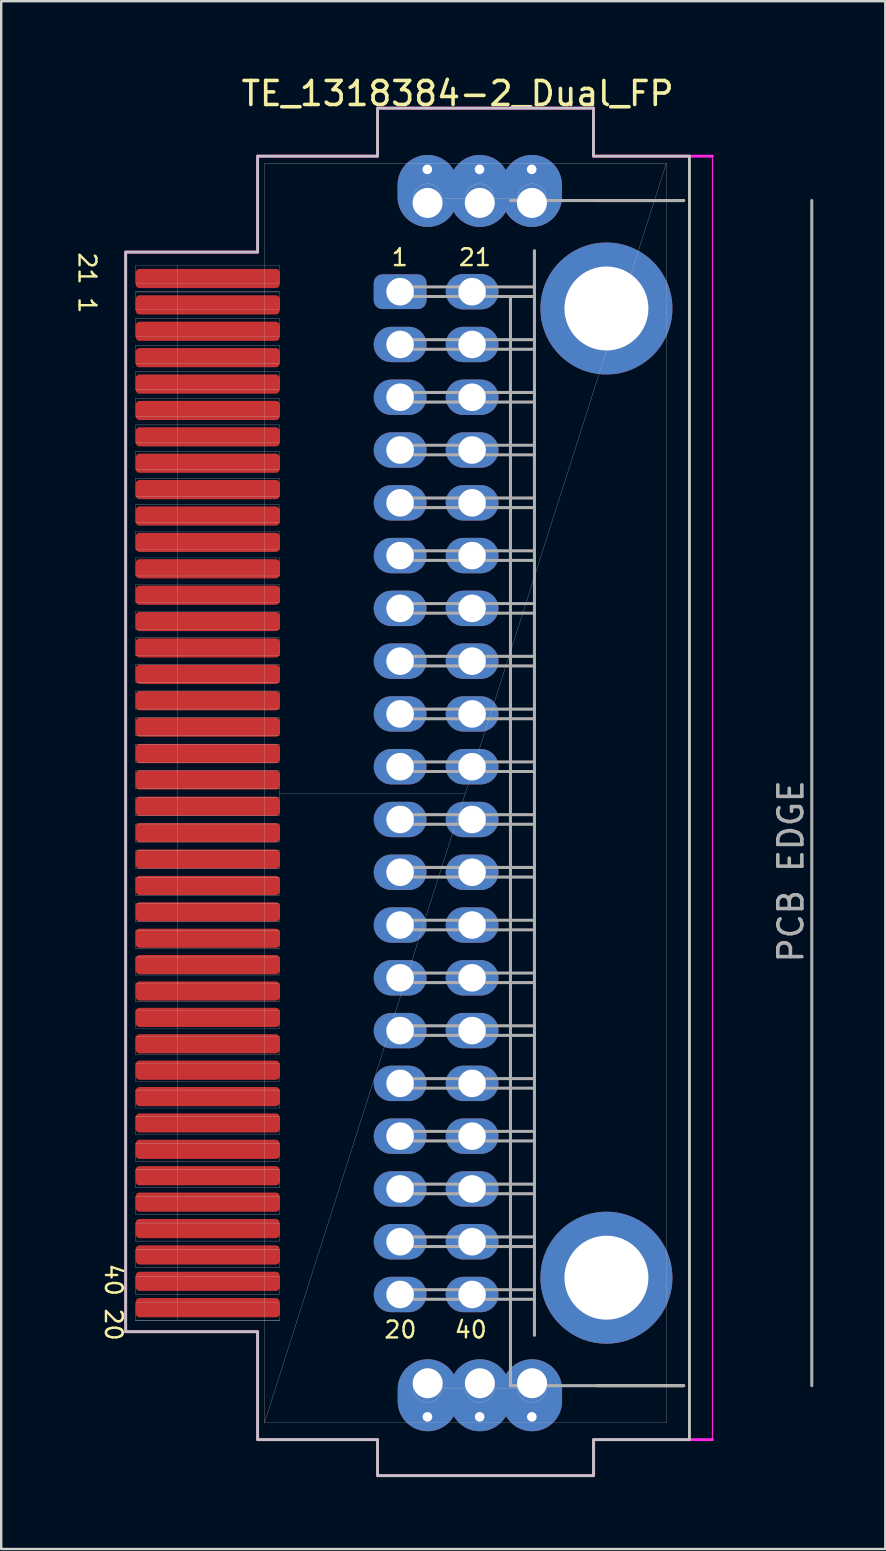
<source format=kicad_pcb>
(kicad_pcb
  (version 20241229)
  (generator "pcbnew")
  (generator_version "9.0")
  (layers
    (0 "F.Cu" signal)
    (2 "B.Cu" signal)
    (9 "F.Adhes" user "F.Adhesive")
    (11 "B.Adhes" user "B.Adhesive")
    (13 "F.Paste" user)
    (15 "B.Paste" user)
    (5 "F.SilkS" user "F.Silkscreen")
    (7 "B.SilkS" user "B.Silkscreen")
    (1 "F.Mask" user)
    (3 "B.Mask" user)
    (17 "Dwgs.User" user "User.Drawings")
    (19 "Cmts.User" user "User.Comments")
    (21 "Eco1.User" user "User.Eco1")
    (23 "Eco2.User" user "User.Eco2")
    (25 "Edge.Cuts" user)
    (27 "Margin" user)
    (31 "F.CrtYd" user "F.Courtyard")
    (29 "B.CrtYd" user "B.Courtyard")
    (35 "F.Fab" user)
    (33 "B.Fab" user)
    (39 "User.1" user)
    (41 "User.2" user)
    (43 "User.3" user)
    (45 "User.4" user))
  (footprint "TE_1318384-2_Dual_FP"
    (layer "F.Cu")
    (at 16.348 30.009)
    (property "Reference" "TE_1318384-2_Dual_FP" (at -0.323 -29.16 0) (layer "F.SilkS") (effects (font (size 1 1) (thickness 0.15))))
    (attr through_hole)
    (fp_line (start 5.48 -24.7) (end 9.1 -24.7) (stroke (width 0.127) (type solid)) (layer "F.SilkS"))
    (fp_line (start 9.1 24.7) (end 5.48 24.7) (stroke (width 0.127) (type solid)) (layer "F.SilkS"))
    (fp_line (start -13.75 -21.25) (end -13.75 -22) (stroke (width 0.01) (type solid)) (layer "Dwgs.User"))
    (fp_line (start -13.75 -20.141) (end -13.75 -20.891) (stroke (width 0.01) (type solid)) (layer "Dwgs.User"))
    (fp_line (start -13.75 -19.032) (end -13.75 -19.782) (stroke (width 0.01) (type solid)) (layer "Dwgs.User"))
    (fp_line (start -13.75 -17.923) (end -13.75 -18.673) (stroke (width 0.01) (type solid)) (layer "Dwgs.User"))
    (fp_line (start -13.75 -16.814) (end -13.75 -17.564) (stroke (width 0.01) (type solid)) (layer "Dwgs.User"))
    (fp_line (start -13.75 -15.705) (end -13.75 -16.455) (stroke (width 0.01) (type solid)) (layer "Dwgs.User"))
    (fp_line (start -13.75 -14.596) (end -13.75 -15.346) (stroke (width 0.01) (type solid)) (layer "Dwgs.User"))
    (fp_line (start -13.75 -13.487) (end -13.75 -14.237) (stroke (width 0.01) (type solid)) (layer "Dwgs.User"))
    (fp_line (start -13.75 -12.378) (end -13.75 -13.128) (stroke (width 0.01) (type solid)) (layer "Dwgs.User"))
    (fp_line (start -13.75 -11.269) (end -13.75 -12.019) (stroke (width 0.01) (type solid)) (layer "Dwgs.User"))
    (fp_line (start -13.75 -10.16) (end -13.75 -10.91) (stroke (width 0.01) (type solid)) (layer "Dwgs.User"))
    (fp_line (start -13.75 -9.051) (end -13.75 -9.801) (stroke (width 0.01) (type solid)) (layer "Dwgs.User"))
    (fp_line (start -13.75 -7.942) (end -13.75 -8.692) (stroke (width 0.01) (type solid)) (layer "Dwgs.User"))
    (fp_line (start -13.75 -6.833) (end -13.75 -7.583) (stroke (width 0.01) (type solid)) (layer "Dwgs.User"))
    (fp_line (start -13.75 -5.724) (end -13.75 -6.474) (stroke (width 0.01) (type solid)) (layer "Dwgs.User"))
    (fp_line (start -13.75 -4.615) (end -13.75 -5.365) (stroke (width 0.01) (type solid)) (layer "Dwgs.User"))
    (fp_line (start -13.75 -3.506) (end -13.75 -4.256) (stroke (width 0.01) (type solid)) (layer "Dwgs.User"))
    (fp_line (start -13.75 -2.397) (end -13.75 -3.147) (stroke (width 0.01) (type solid)) (layer "Dwgs.User"))
    (fp_line (start -13.75 -1.288) (end -13.75 -2.038) (stroke (width 0.01) (type solid)) (layer "Dwgs.User"))
    (fp_line (start -13.75 -0.179) (end -13.75 -0.929) (stroke (width 0.01) (type solid)) (layer "Dwgs.User"))
    (fp_line (start -13.75 0.929) (end -13.75 0.179) (stroke (width 0.01) (type solid)) (layer "Dwgs.User"))
    (fp_line (start -13.75 2.038) (end -13.75 1.288) (stroke (width 0.01) (type solid)) (layer "Dwgs.User"))
    (fp_line (start -13.75 3.147) (end -13.75 2.397) (stroke (width 0.01) (type solid)) (layer "Dwgs.User"))
    (fp_line (start -13.75 4.256) (end -13.75 3.506) (stroke (width 0.01) (type solid)) (layer "Dwgs.User"))
    (fp_line (start -13.75 5.365) (end -13.75 4.615) (stroke (width 0.01) (type solid)) (layer "Dwgs.User"))
    (fp_line (start -13.75 6.474) (end -13.75 5.724) (stroke (width 0.01) (type solid)) (layer "Dwgs.User"))
    (fp_line (start -13.75 7.583) (end -13.75 6.833) (stroke (width 0.01) (type solid)) (layer "Dwgs.User"))
    (fp_line (start -13.75 8.692) (end -13.75 7.942) (stroke (width 0.01) (type solid)) (layer "Dwgs.User"))
    (fp_line (start -13.75 9.801) (end -13.75 9.051) (stroke (width 0.01) (type solid)) (layer "Dwgs.User"))
    (fp_line (start -13.75 10.91) (end -13.75 10.16) (stroke (width 0.01) (type solid)) (layer "Dwgs.User"))
    (fp_line (start -13.75 12.019) (end -13.75 11.269) (stroke (width 0.01) (type solid)) (layer "Dwgs.User"))
    (fp_line (start -13.75 13.128) (end -13.75 12.378) (stroke (width 0.01) (type solid)) (layer "Dwgs.User"))
    (fp_line (start -13.75 14.237) (end -13.75 13.487) (stroke (width 0.01) (type solid)) (layer "Dwgs.User"))
    (fp_line (start -13.75 15.346) (end -13.75 14.596) (stroke (width 0.01) (type solid)) (layer "Dwgs.User"))
    (fp_line (start -13.75 16.455) (end -13.75 15.705) (stroke (width 0.01) (type solid)) (layer "Dwgs.User"))
    (fp_line (start -13.75 17.564) (end -13.75 16.814) (stroke (width 0.01) (type solid)) (layer "Dwgs.User"))
    (fp_line (start -13.75 18.673) (end -13.75 17.923) (stroke (width 0.01) (type solid)) (layer "Dwgs.User"))
    (fp_line (start -13.75 19.782) (end -13.75 19.032) (stroke (width 0.01) (type solid)) (layer "Dwgs.User"))
    (fp_line (start -13.75 20.891) (end -13.75 20.141) (stroke (width 0.01) (type solid)) (layer "Dwgs.User"))
    (fp_line (start -13.75 22) (end -13.75 21.25) (stroke (width 0.01) (type solid)) (layer "Dwgs.User"))
    (fp_line (start -12 -22) (end -12 22) (stroke (width 0.01) (type solid)) (layer "Dwgs.User"))
    (fp_line (start -8.375 -26.25) (end -8.375 26.25) (stroke (width 0.01) (type solid)) (layer "Dwgs.User"))
    (fp_line (start -8.375 -26.25) (end 8.375 26.25) (stroke (width 0.001) (type solid)) (layer "Dwgs.User"))
    (fp_line (start -7.75 -22) (end -13.75 -22) (stroke (width 0.01) (type solid)) (layer "Dwgs.User"))
    (fp_line (start -7.75 -22) (end -7.75 -21.25) (stroke (width 0.01) (type solid)) (layer "Dwgs.User"))
    (fp_line (start -7.75 -21.25) (end -13.75 -21.25) (stroke (width 0.01) (type solid)) (layer "Dwgs.User"))
    (fp_line (start -7.75 -20.891) (end -13.75 -20.891) (stroke (width 0.01) (type solid)) (layer "Dwgs.User"))
    (fp_line (start -7.75 -20.891) (end -13.75 -20.891) (stroke (width 0.01) (type solid)) (layer "Dwgs.User"))
    (fp_line (start -7.75 -20.891) (end -7.75 -20.141) (stroke (width 0.01) (type solid)) (layer "Dwgs.User"))
    (fp_line (start -7.75 -20.141) (end -13.75 -20.141) (stroke (width 0.01) (type solid)) (layer "Dwgs.User"))
    (fp_line (start -7.75 -19.782) (end -13.75 -19.782) (stroke (width 0.01) (type solid)) (layer "Dwgs.User"))
    (fp_line (start -7.75 -19.782) (end -7.75 -19.032) (stroke (width 0.01) (type solid)) (layer "Dwgs.User"))
    (fp_line (start -7.75 -19.032) (end -13.75 -19.032) (stroke (width 0.01) (type solid)) (layer "Dwgs.User"))
    (fp_line (start -7.75 -18.673) (end -13.75 -18.673) (stroke (width 0.01) (type solid)) (layer "Dwgs.User"))
    (fp_line (start -7.75 -18.673) (end -7.75 -17.923) (stroke (width 0.01) (type solid)) (layer "Dwgs.User"))
    (fp_line (start -7.75 -17.923) (end -13.75 -17.923) (stroke (width 0.01) (type solid)) (layer "Dwgs.User"))
    (fp_line (start -7.75 -17.564) (end -13.75 -17.564) (stroke (width 0.01) (type solid)) (layer "Dwgs.User"))
    (fp_line (start -7.75 -17.564) (end -7.75 -16.814) (stroke (width 0.01) (type solid)) (layer "Dwgs.User"))
    (fp_line (start -7.75 -16.814) (end -13.75 -16.814) (stroke (width 0.01) (type solid)) (layer "Dwgs.User"))
    (fp_line (start -7.75 -16.455) (end -13.75 -16.455) (stroke (width 0.01) (type solid)) (layer "Dwgs.User"))
    (fp_line (start -7.75 -16.455) (end -7.75 -15.705) (stroke (width 0.01) (type solid)) (layer "Dwgs.User"))
    (fp_line (start -7.75 -15.705) (end -13.75 -15.705) (stroke (width 0.01) (type solid)) (layer "Dwgs.User"))
    (fp_line (start -7.75 -15.346) (end -13.75 -15.346) (stroke (width 0.01) (type solid)) (layer "Dwgs.User"))
    (fp_line (start -7.75 -15.346) (end -7.75 -14.596) (stroke (width 0.01) (type solid)) (layer "Dwgs.User"))
    (fp_line (start -7.75 -14.596) (end -13.75 -14.596) (stroke (width 0.01) (type solid)) (layer "Dwgs.User"))
    (fp_line (start -7.75 -14.237) (end -13.75 -14.237) (stroke (width 0.01) (type solid)) (layer "Dwgs.User"))
    (fp_line (start -7.75 -14.237) (end -7.75 -13.487) (stroke (width 0.01) (type solid)) (layer "Dwgs.User"))
    (fp_line (start -7.75 -13.487) (end -13.75 -13.487) (stroke (width 0.01) (type solid)) (layer "Dwgs.User"))
    (fp_line (start -7.75 -13.128) (end -13.75 -13.128) (stroke (width 0.01) (type solid)) (layer "Dwgs.User"))
    (fp_line (start -7.75 -13.128) (end -7.75 -12.378) (stroke (width 0.01) (type solid)) (layer "Dwgs.User"))
    (fp_line (start -7.75 -12.378) (end -13.75 -12.378) (stroke (width 0.01) (type solid)) (layer "Dwgs.User"))
    (fp_line (start -7.75 -12.019) (end -13.75 -12.019) (stroke (width 0.01) (type solid)) (layer "Dwgs.User"))
    (fp_line (start -7.75 -12.019) (end -7.75 -11.269) (stroke (width 0.01) (type solid)) (layer "Dwgs.User"))
    (fp_line (start -7.75 -11.269) (end -13.75 -11.269) (stroke (width 0.01) (type solid)) (layer "Dwgs.User"))
    (fp_line (start -7.75 -10.91) (end -13.75 -10.91) (stroke (width 0.01) (type solid)) (layer "Dwgs.User"))
    (fp_line (start -7.75 -10.91) (end -7.75 -10.16) (stroke (width 0.01) (type solid)) (layer "Dwgs.User"))
    (fp_line (start -7.75 -10.16) (end -13.75 -10.16) (stroke (width 0.01) (type solid)) (layer "Dwgs.User"))
    (fp_line (start -7.75 -9.801) (end -13.75 -9.801) (stroke (width 0.01) (type solid)) (layer "Dwgs.User"))
    (fp_line (start -7.75 -9.801) (end -7.75 -9.051) (stroke (width 0.01) (type solid)) (layer "Dwgs.User"))
    (fp_line (start -7.75 -9.051) (end -13.75 -9.051) (stroke (width 0.01) (type solid)) (layer "Dwgs.User"))
    (fp_line (start -7.75 -8.692) (end -13.75 -8.692) (stroke (width 0.01) (type solid)) (layer "Dwgs.User"))
    (fp_line (start -7.75 -8.692) (end -7.75 -7.942) (stroke (width 0.01) (type solid)) (layer "Dwgs.User"))
    (fp_line (start -7.75 -7.942) (end -13.75 -7.942) (stroke (width 0.01) (type solid)) (layer "Dwgs.User"))
    (fp_line (start -7.75 -7.583) (end -13.75 -7.583) (stroke (width 0.01) (type solid)) (layer "Dwgs.User"))
    (fp_line (start -7.75 -7.583) (end -7.75 -6.833) (stroke (width 0.01) (type solid)) (layer "Dwgs.User"))
    (fp_line (start -7.75 -6.833) (end -13.75 -6.833) (stroke (width 0.01) (type solid)) (layer "Dwgs.User"))
    (fp_line (start -7.75 -6.474) (end -13.75 -6.474) (stroke (width 0.01) (type solid)) (layer "Dwgs.User"))
    (fp_line (start -7.75 -6.474) (end -7.75 -5.724) (stroke (width 0.01) (type solid)) (layer "Dwgs.User"))
    (fp_line (start -7.75 -5.724) (end -13.75 -5.724) (stroke (width 0.01) (type solid)) (layer "Dwgs.User"))
    (fp_line (start -7.75 -5.365) (end -13.75 -5.365) (stroke (width 0.01) (type solid)) (layer "Dwgs.User"))
    (fp_line (start -7.75 -5.365) (end -7.75 -4.615) (stroke (width 0.01) (type solid)) (layer "Dwgs.User"))
    (fp_line (start -7.75 -4.615) (end -13.75 -4.615) (stroke (width 0.01) (type solid)) (layer "Dwgs.User"))
    (fp_line (start -7.75 -4.256) (end -13.75 -4.256) (stroke (width 0.01) (type solid)) (layer "Dwgs.User"))
    (fp_line (start -7.75 -4.256) (end -7.75 -3.506) (stroke (width 0.01) (type solid)) (layer "Dwgs.User"))
    (fp_line (start -7.75 -3.506) (end -13.75 -3.506) (stroke (width 0.01) (type solid)) (layer "Dwgs.User"))
    (fp_line (start -7.75 -3.147) (end -13.75 -3.147) (stroke (width 0.01) (type solid)) (layer "Dwgs.User"))
    (fp_line (start -7.75 -3.147) (end -7.75 -2.397) (stroke (width 0.01) (type solid)) (layer "Dwgs.User"))
    (fp_line (start -7.75 -2.397) (end -13.75 -2.397) (stroke (width 0.01) (type solid)) (layer "Dwgs.User"))
    (fp_line (start -7.75 -2.038) (end -13.75 -2.038) (stroke (width 0.01) (type solid)) (layer "Dwgs.User"))
    (fp_line (start -7.75 -2.038) (end -7.75 -1.288) (stroke (width 0.01) (type solid)) (layer "Dwgs.User"))
    (fp_line (start -7.75 -1.288) (end -13.75 -1.288) (stroke (width 0.01) (type solid)) (layer "Dwgs.User"))
    (fp_line (start -7.75 -0.929) (end -13.75 -0.929) (stroke (width 0.01) (type solid)) (layer "Dwgs.User"))
    (fp_line (start -7.75 -0.929) (end -7.75 -0.179) (stroke (width 0.01) (type solid)) (layer "Dwgs.User"))
    (fp_line (start -7.75 -0.179) (end -13.75 -0.179) (stroke (width 0.01) (type solid)) (layer "Dwgs.User"))
    (fp_line (start -7.75 0.179) (end -13.75 0.179) (stroke (width 0.01) (type solid)) (layer "Dwgs.User"))
    (fp_line (start -7.75 0.179) (end -7.75 -0.179) (stroke (width 0.01) (type solid)) (layer "Dwgs.User"))
    (fp_line (start -7.75 0.179) (end -7.75 0.929) (stroke (width 0.01) (type solid)) (layer "Dwgs.User"))
    (fp_line (start -7.75 0.929) (end -13.75 0.929) (stroke (width 0.01) (type solid)) (layer "Dwgs.User"))
    (fp_line (start -7.75 1.288) (end -13.75 1.288) (stroke (width 0.01) (type solid)) (layer "Dwgs.User"))
    (fp_line (start -7.75 1.288) (end -7.75 2.038) (stroke (width 0.01) (type solid)) (layer "Dwgs.User"))
    (fp_line (start -7.75 2.038) (end -13.75 2.038) (stroke (width 0.01) (type solid)) (layer "Dwgs.User"))
    (fp_line (start -7.75 2.397) (end -13.75 2.397) (stroke (width 0.01) (type solid)) (layer "Dwgs.User"))
    (fp_line (start -7.75 2.397) (end -7.75 3.147) (stroke (width 0.01) (type solid)) (layer "Dwgs.User"))
    (fp_line (start -7.75 3.147) (end -13.75 3.147) (stroke (width 0.01) (type solid)) (layer "Dwgs.User"))
    (fp_line (start -7.75 3.506) (end -13.75 3.506) (stroke (width 0.01) (type solid)) (layer "Dwgs.User"))
    (fp_line (start -7.75 3.506) (end -7.75 4.256) (stroke (width 0.01) (type solid)) (layer "Dwgs.User"))
    (fp_line (start -7.75 4.256) (end -13.75 4.256) (stroke (width 0.01) (type solid)) (layer "Dwgs.User"))
    (fp_line (start -7.75 4.615) (end -13.75 4.615) (stroke (width 0.01) (type solid)) (layer "Dwgs.User"))
    (fp_line (start -7.75 4.615) (end -7.75 5.365) (stroke (width 0.01) (type solid)) (layer "Dwgs.User"))
    (fp_line (start -7.75 5.365) (end -13.75 5.365) (stroke (width 0.01) (type solid)) (layer "Dwgs.User"))
    (fp_line (start -7.75 5.724) (end -13.75 5.724) (stroke (width 0.01) (type solid)) (layer "Dwgs.User"))
    (fp_line (start -7.75 5.724) (end -7.75 6.474) (stroke (width 0.01) (type solid)) (layer "Dwgs.User"))
    (fp_line (start -7.75 6.474) (end -13.75 6.474) (stroke (width 0.01) (type solid)) (layer "Dwgs.User"))
    (fp_line (start -7.75 6.833) (end -13.75 6.833) (stroke (width 0.01) (type solid)) (layer "Dwgs.User"))
    (fp_line (start -7.75 6.833) (end -7.75 7.583) (stroke (width 0.01) (type solid)) (layer "Dwgs.User"))
    (fp_line (start -7.75 7.583) (end -13.75 7.583) (stroke (width 0.01) (type solid)) (layer "Dwgs.User"))
    (fp_line (start -7.75 7.942) (end -13.75 7.942) (stroke (width 0.01) (type solid)) (layer "Dwgs.User"))
    (fp_line (start -7.75 7.942) (end -7.75 8.692) (stroke (width 0.01) (type solid)) (layer "Dwgs.User"))
    (fp_line (start -7.75 8.692) (end -13.75 8.692) (stroke (width 0.01) (type solid)) (layer "Dwgs.User"))
    (fp_line (start -7.75 9.051) (end -13.75 9.051) (stroke (width 0.01) (type solid)) (layer "Dwgs.User"))
    (fp_line (start -7.75 9.051) (end -7.75 9.801) (stroke (width 0.01) (type solid)) (layer "Dwgs.User"))
    (fp_line (start -7.75 9.801) (end -13.75 9.801) (stroke (width 0.01) (type solid)) (layer "Dwgs.User"))
    (fp_line (start -7.75 10.16) (end -13.75 10.16) (stroke (width 0.01) (type solid)) (layer "Dwgs.User"))
    (fp_line (start -7.75 10.16) (end -7.75 10.91) (stroke (width 0.01) (type solid)) (layer "Dwgs.User"))
    (fp_line (start -7.75 10.91) (end -13.75 10.91) (stroke (width 0.01) (type solid)) (layer "Dwgs.User"))
    (fp_line (start -7.75 11.269) (end -13.75 11.269) (stroke (width 0.01) (type solid)) (layer "Dwgs.User"))
    (fp_line (start -7.75 11.269) (end -7.75 12.019) (stroke (width 0.01) (type solid)) (layer "Dwgs.User"))
    (fp_line (start -7.75 12.019) (end -13.75 12.019) (stroke (width 0.01) (type solid)) (layer "Dwgs.User"))
    (fp_line (start -7.75 12.378) (end -13.75 12.378) (stroke (width 0.01) (type solid)) (layer "Dwgs.User"))
    (fp_line (start -7.75 12.378) (end -7.75 13.128) (stroke (width 0.01) (type solid)) (layer "Dwgs.User"))
    (fp_line (start -7.75 13.128) (end -13.75 13.128) (stroke (width 0.01) (type solid)) (layer "Dwgs.User"))
    (fp_line (start -7.75 13.487) (end -13.75 13.487) (stroke (width 0.01) (type solid)) (layer "Dwgs.User"))
    (fp_line (start -7.75 13.487) (end -7.75 14.237) (stroke (width 0.01) (type solid)) (layer "Dwgs.User"))
    (fp_line (start -7.75 14.237) (end -13.75 14.237) (stroke (width 0.01) (type solid)) (layer "Dwgs.User"))
    (fp_line (start -7.75 14.596) (end -13.75 14.596) (stroke (width 0.01) (type solid)) (layer "Dwgs.User"))
    (fp_line (start -7.75 14.596) (end -7.75 15.346) (stroke (width 0.01) (type solid)) (layer "Dwgs.User"))
    (fp_line (start -7.75 15.346) (end -13.75 15.346) (stroke (width 0.01) (type solid)) (layer "Dwgs.User"))
    (fp_line (start -7.75 15.705) (end -13.75 15.705) (stroke (width 0.01) (type solid)) (layer "Dwgs.User"))
    (fp_line (start -7.75 15.705) (end -7.75 16.455) (stroke (width 0.01) (type solid)) (layer "Dwgs.User"))
    (fp_line (start -7.75 16.455) (end -13.75 16.455) (stroke (width 0.01) (type solid)) (layer "Dwgs.User"))
    (fp_line (start -7.75 16.814) (end -13.75 16.814) (stroke (width 0.01) (type solid)) (layer "Dwgs.User"))
    (fp_line (start -7.75 16.814) (end -7.75 17.564) (stroke (width 0.01) (type solid)) (layer "Dwgs.User"))
    (fp_line (start -7.75 17.564) (end -13.75 17.564) (stroke (width 0.01) (type solid)) (layer "Dwgs.User"))
    (fp_line (start -7.75 17.923) (end -13.75 17.923) (stroke (width 0.01) (type solid)) (layer "Dwgs.User"))
    (fp_line (start -7.75 17.923) (end -7.75 18.673) (stroke (width 0.01) (type solid)) (layer "Dwgs.User"))
    (fp_line (start -7.75 18.673) (end -13.75 18.673) (stroke (width 0.01) (type solid)) (layer "Dwgs.User"))
    (fp_line (start -7.75 19.032) (end -13.75 19.032) (stroke (width 0.01) (type solid)) (layer "Dwgs.User"))
    (fp_line (start -7.75 19.032) (end -7.75 19.782) (stroke (width 0.01) (type solid)) (layer "Dwgs.User"))
    (fp_line (start -7.75 19.782) (end -13.75 19.782) (stroke (width 0.01) (type solid)) (layer "Dwgs.User"))
    (fp_line (start -7.75 20.141) (end -13.75 20.141) (stroke (width 0.01) (type solid)) (layer "Dwgs.User"))
    (fp_line (start -7.75 20.141) (end -7.75 20.891) (stroke (width 0.01) (type solid)) (layer "Dwgs.User"))
    (fp_line (start -7.75 20.891) (end -13.75 20.891) (stroke (width 0.01) (type solid)) (layer "Dwgs.User"))
    (fp_line (start -7.75 21.25) (end -13.75 21.25) (stroke (width 0.01) (type solid)) (layer "Dwgs.User"))
    (fp_line (start -7.75 21.25) (end -7.75 22) (stroke (width 0.01) (type solid)) (layer "Dwgs.User"))
    (fp_line (start -7.75 22) (end -13.75 22) (stroke (width 0.01) (type solid)) (layer "Dwgs.User"))
    (fp_line (start -7.75 22) (end -13.75 22) (stroke (width 0.01) (type solid)) (layer "Dwgs.User"))
    (fp_line (start 0 0) (end -7.75 0) (stroke (width 0.01) (type solid)) (layer "Dwgs.User"))
    (fp_line (start 0 0) (end 2.38 0) (stroke (width 0.001) (type solid)) (layer "Dwgs.User"))
    (fp_line (start 0.6 -24.8) (end -1.575 -24.8) (stroke (width 0.01) (type solid)) (layer "Dwgs.User"))
    (fp_line (start 0.6 24.8) (end -1.575 24.8) (stroke (width 0.01) (type solid)) (layer "Dwgs.User"))
    (fp_line (start 2.775 -24.8) (end 0.6 -24.8) (stroke (width 0.01) (type solid)) (layer "Dwgs.User"))
    (fp_line (start 2.775 24.8) (end 0.6 24.8) (stroke (width 0.01) (type solid)) (layer "Dwgs.User"))
    (fp_line (start 8.375 -26.25) (end -8.375 -26.25) (stroke (width 0.01) (type solid)) (layer "Dwgs.User"))
    (fp_line (start 8.375 -26.25) (end -8.375 26.25) (stroke (width 0.01) (type solid)) (layer "Dwgs.User"))
    (fp_line (start 8.375 -26.25) (end 8.375 26.25) (stroke (width 0.01) (type solid)) (layer "Dwgs.User"))
    (fp_line (start 8.375 26.25) (end -8.375 26.25) (stroke (width 0.01) (type solid)) (layer "Dwgs.User"))
    (fp_circle (center -7.75 0) (end -8.004 0) (stroke (width 0.0001) (type solid)) (fill no) (layer "Dwgs.User"))
    (fp_circle (center -1.575 -24.8) (end -2.175 -24.8) (stroke (width 0.01) (type solid)) (fill no) (layer "Dwgs.User"))
    (fp_circle (center -1.575 24.8) (end -2.175 24.8) (stroke (width 0.01) (type solid)) (fill no) (layer "Dwgs.User"))
    (fp_circle (center 0.6 -24.8) (end 0 -24.8) (stroke (width 0.01) (type solid)) (fill no) (layer "Dwgs.User"))
    (fp_circle (center 0.6 24.8) (end 0 24.8) (stroke (width 0.01) (type solid)) (fill no) (layer "Dwgs.User"))
    (fp_circle (center 2.775 -24.8) (end 2.175 -24.8) (stroke (width 0.01) (type solid)) (fill no) (layer "Dwgs.User"))
    (fp_circle (center 2.775 24.8) (end 2.175 24.8) (stroke (width 0.01) (type solid)) (fill no) (layer "Dwgs.User"))
    (fp_poly (pts (xy -3.66 26.95) (xy -8.66 26.95) (xy -8.66 22.45) (xy -14.16 22.45) (xy -14.16 -22.55) (xy -8.66 -22.55) (xy -8.66 -26.55) (xy -3.66 -26.55) (xy -3.66 -28.55) (xy 5.34 -28.55) (xy 5.34 -26.55) (xy 9.34 -26.55) (xy 9.34 26.95) (xy 5.34 26.95) (xy 5.34 28.45) (xy -3.66 28.45)) (stroke (width 0.12) (type solid)) (fill no) (layer "Dwgs.User"))
    (fp_line (start -14.16 -22.55) (end -8.66 -22.55) (stroke (width 0.12) (type solid)) (layer "F.CrtYd"))
    (fp_line (start -14.16 22.45) (end -14.16 -22.55) (stroke (width 0.12) (type solid)) (layer "F.CrtYd"))
    (fp_line (start -8.66 -26.55) (end -3.66 -26.55) (stroke (width 0.12) (type solid)) (layer "F.CrtYd"))
    (fp_line (start -8.66 -22.55) (end -8.66 -26.55) (stroke (width 0.12) (type solid)) (layer "F.CrtYd"))
    (fp_line (start -8.66 22.45) (end -14.16 22.45) (stroke (width 0.12) (type solid)) (layer "F.CrtYd"))
    (fp_line (start -8.66 26.95) (end -8.66 22.45) (stroke (width 0.12) (type solid)) (layer "F.CrtYd"))
    (fp_line (start -3.66 -28.55) (end 5.34 -28.55) (stroke (width 0.12) (type solid)) (layer "F.CrtYd"))
    (fp_line (start -3.66 -26.55) (end -3.66 -28.55) (stroke (width 0.12) (type solid)) (layer "F.CrtYd"))
    (fp_line (start -3.66 26.95) (end -8.66 26.95) (stroke (width 0.12) (type solid)) (layer "F.CrtYd"))
    (fp_line (start -3.66 28.45) (end -3.66 26.95) (stroke (width 0.12) (type solid)) (layer "F.CrtYd"))
    (fp_line (start 5.34 -28.55) (end 5.34 -26.55) (stroke (width 0.12) (type solid)) (layer "F.CrtYd"))
    (fp_line (start 5.34 -26.55) (end 10.3 -26.55) (stroke (width 0.12) (type solid)) (layer "F.CrtYd"))
    (fp_line (start 5.35 26.95) (end 5.35 28.45) (stroke (width 0.12) (type solid)) (layer "F.CrtYd"))
    (fp_line (start 5.35 28.45) (end -3.66 28.45) (stroke (width 0.12) (type solid)) (layer "F.CrtYd"))
    (fp_line (start 10.3 -26.55) (end 10.3 26.95) (stroke (width 0.05) (type solid)) (layer "F.CrtYd"))
    (fp_line (start 10.3 26.95) (end 5.35 26.95) (stroke (width 0.12) (type solid)) (layer "F.CrtYd"))
    (fp_line (start -2.72 -21.1) (end -2.72 -20.7) (stroke (width 0.127) (type solid)) (layer "F.Fab"))
    (fp_line (start -2.72 -18.9) (end -2.72 -18.5) (stroke (width 0.127) (type solid)) (layer "F.Fab"))
    (fp_line (start -2.72 -16.7) (end -2.72 -16.3) (stroke (width 0.127) (type solid)) (layer "F.Fab"))
    (fp_line (start -2.72 -14.5) (end -2.72 -14.1) (stroke (width 0.127) (type solid)) (layer "F.Fab"))
    (fp_line (start -2.72 -12.3) (end -2.72 -11.9) (stroke (width 0.127) (type solid)) (layer "F.Fab"))
    (fp_line (start -2.72 -10.1) (end -2.72 -9.7) (stroke (width 0.127) (type solid)) (layer "F.Fab"))
    (fp_line (start -2.72 -7.9) (end -2.72 -7.5) (stroke (width 0.127) (type solid)) (layer "F.Fab"))
    (fp_line (start -2.72 -5.7) (end -2.72 -5.3) (stroke (width 0.127) (type solid)) (layer "F.Fab"))
    (fp_line (start -2.72 -3.5) (end -2.72 -3.1) (stroke (width 0.127) (type solid)) (layer "F.Fab"))
    (fp_line (start -2.72 -1.3) (end -2.72 -0.9) (stroke (width 0.127) (type solid)) (layer "F.Fab"))
    (fp_line (start -2.72 0.9) (end -2.72 1.3) (stroke (width 0.127) (type solid)) (layer "F.Fab"))
    (fp_line (start -2.72 3.1) (end -2.72 3.5) (stroke (width 0.127) (type solid)) (layer "F.Fab"))
    (fp_line (start -2.72 5.3) (end -2.72 5.7) (stroke (width 0.127) (type solid)) (layer "F.Fab"))
    (fp_line (start -2.72 7.5) (end -2.72 7.9) (stroke (width 0.127) (type solid)) (layer "F.Fab"))
    (fp_line (start -2.72 9.7) (end -2.72 10.1) (stroke (width 0.127) (type solid)) (layer "F.Fab"))
    (fp_line (start -2.72 11.9) (end -2.72 12.3) (stroke (width 0.127) (type solid)) (layer "F.Fab"))
    (fp_line (start -2.72 14.1) (end -2.72 14.5) (stroke (width 0.127) (type solid)) (layer "F.Fab"))
    (fp_line (start -2.72 16.3) (end -2.72 16.7) (stroke (width 0.127) (type solid)) (layer "F.Fab"))
    (fp_line (start -2.72 18.5) (end -2.72 18.9) (stroke (width 0.127) (type solid)) (layer "F.Fab"))
    (fp_line (start -2.72 20.7) (end -2.72 21.1) (stroke (width 0.127) (type solid)) (layer "F.Fab"))
    (fp_line (start 1.88 -24.7) (end 9.1 -24.7) (stroke (width 0.127) (type solid)) (layer "F.Fab"))
    (fp_line (start 1.88 24.7) (end 1.88 -20.7) (stroke (width 0.127) (type solid)) (layer "F.Fab"))
    (fp_line (start 2.88 -21.1) (end -2.72 -21.1) (stroke (width 0.127) (type solid)) (layer "F.Fab"))
    (fp_line (start 2.88 -21.1) (end 2.88 -22.6) (stroke (width 0.127) (type solid)) (layer "F.Fab"))
    (fp_line (start 2.88 -20.7) (end -2.72 -20.7) (stroke (width 0.127) (type solid)) (layer "F.Fab"))
    (fp_line (start 2.88 -20.7) (end 2.88 -21.1) (stroke (width 0.127) (type solid)) (layer "F.Fab"))
    (fp_line (start 2.88 -18.9) (end -2.72 -18.9) (stroke (width 0.127) (type solid)) (layer "F.Fab"))
    (fp_line (start 2.88 -18.5) (end -2.72 -18.5) (stroke (width 0.127) (type solid)) (layer "F.Fab"))
    (fp_line (start 2.88 -16.7) (end -2.72 -16.7) (stroke (width 0.127) (type solid)) (layer "F.Fab"))
    (fp_line (start 2.88 -16.3) (end -2.72 -16.3) (stroke (width 0.127) (type solid)) (layer "F.Fab"))
    (fp_line (start 2.88 -14.5) (end -2.72 -14.5) (stroke (width 0.127) (type solid)) (layer "F.Fab"))
    (fp_line (start 2.88 -14.1) (end -2.72 -14.1) (stroke (width 0.127) (type solid)) (layer "F.Fab"))
    (fp_line (start 2.88 -12.3) (end -2.72 -12.3) (stroke (width 0.127) (type solid)) (layer "F.Fab"))
    (fp_line (start 2.88 -11.9) (end -2.72 -11.9) (stroke (width 0.127) (type solid)) (layer "F.Fab"))
    (fp_line (start 2.88 -10.1) (end -2.72 -10.1) (stroke (width 0.127) (type solid)) (layer "F.Fab"))
    (fp_line (start 2.88 -9.7) (end -2.72 -9.7) (stroke (width 0.127) (type solid)) (layer "F.Fab"))
    (fp_line (start 2.88 -7.9) (end -2.72 -7.9) (stroke (width 0.127) (type solid)) (layer "F.Fab"))
    (fp_line (start 2.88 -7.5) (end -2.72 -7.5) (stroke (width 0.127) (type solid)) (layer "F.Fab"))
    (fp_line (start 2.88 -5.7) (end -2.72 -5.7) (stroke (width 0.127) (type solid)) (layer "F.Fab"))
    (fp_line (start 2.88 -5.3) (end -2.72 -5.3) (stroke (width 0.127) (type solid)) (layer "F.Fab"))
    (fp_line (start 2.88 -3.5) (end -2.72 -3.5) (stroke (width 0.127) (type solid)) (layer "F.Fab"))
    (fp_line (start 2.88 -3.1) (end -2.72 -3.1) (stroke (width 0.127) (type solid)) (layer "F.Fab"))
    (fp_line (start 2.88 -1.3) (end -2.72 -1.3) (stroke (width 0.127) (type solid)) (layer "F.Fab"))
    (fp_line (start 2.88 -0.9) (end -2.72 -0.9) (stroke (width 0.127) (type solid)) (layer "F.Fab"))
    (fp_line (start 2.88 0.9) (end -2.72 0.9) (stroke (width 0.127) (type solid)) (layer "F.Fab"))
    (fp_line (start 2.88 1.3) (end -2.72 1.3) (stroke (width 0.127) (type solid)) (layer "F.Fab"))
    (fp_line (start 2.88 3.1) (end -2.72 3.1) (stroke (width 0.127) (type solid)) (layer "F.Fab"))
    (fp_line (start 2.88 3.5) (end -2.72 3.5) (stroke (width 0.127) (type solid)) (layer "F.Fab"))
    (fp_line (start 2.88 5.3) (end -2.72 5.3) (stroke (width 0.127) (type solid)) (layer "F.Fab"))
    (fp_line (start 2.88 5.7) (end -2.72 5.7) (stroke (width 0.127) (type solid)) (layer "F.Fab"))
    (fp_line (start 2.88 7.5) (end -2.72 7.5) (stroke (width 0.127) (type solid)) (layer "F.Fab"))
    (fp_line (start 2.88 7.9) (end -2.72 7.9) (stroke (width 0.127) (type solid)) (layer "F.Fab"))
    (fp_line (start 2.88 9.7) (end -2.72 9.7) (stroke (width 0.127) (type solid)) (layer "F.Fab"))
    (fp_line (start 2.88 10.1) (end -2.72 10.1) (stroke (width 0.127) (type solid)) (layer "F.Fab"))
    (fp_line (start 2.88 11.9) (end -2.72 11.9) (stroke (width 0.127) (type solid)) (layer "F.Fab"))
    (fp_line (start 2.88 12.3) (end -2.72 12.3) (stroke (width 0.127) (type solid)) (layer "F.Fab"))
    (fp_line (start 2.88 14.1) (end -2.72 14.1) (stroke (width 0.127) (type solid)) (layer "F.Fab"))
    (fp_line (start 2.88 14.5) (end -2.72 14.5) (stroke (width 0.127) (type solid)) (layer "F.Fab"))
    (fp_line (start 2.88 16.3) (end -2.72 16.3) (stroke (width 0.127) (type solid)) (layer "F.Fab"))
    (fp_line (start 2.88 16.7) (end -2.72 16.7) (stroke (width 0.127) (type solid)) (layer "F.Fab"))
    (fp_line (start 2.88 18.5) (end -2.72 18.5) (stroke (width 0.127) (type solid)) (layer "F.Fab"))
    (fp_line (start 2.88 18.9) (end -2.72 18.9) (stroke (width 0.127) (type solid)) (layer "F.Fab"))
    (fp_line (start 2.88 20.7) (end -2.72 20.7) (stroke (width 0.127) (type solid)) (layer "F.Fab"))
    (fp_line (start 2.88 21.1) (end -2.72 21.1) (stroke (width 0.127) (type solid)) (layer "F.Fab"))
    (fp_line (start 2.88 22.6) (end 2.88 -22.6) (stroke (width 0.127) (type solid)) (layer "F.Fab"))
    (fp_line (start 9.1 24.7) (end 1.88 24.7) (stroke (width 0.127) (type solid)) (layer "F.Fab"))
    (fp_line (start 14.44 -24.7) (end 14.44 24.7) (stroke (width 0.127) (type solid)) (layer "F.Fab"))
    (fp_line (start -13.762 -26.25) (end -13.762 26.25) (stroke (width 0.25) (type solid)) (layer "User.1"))
    (fp_line (start -13.762 -21.825) (end -7.763 -21.825) (stroke (width 0.01) (type solid)) (layer "User.1"))
    (fp_line (start -13.762 -21.075) (end -13.762 -21.825) (stroke (width 0.01) (type solid)) (layer "User.1"))
    (fp_line (start -13.762 -21.075) (end -7.763 -21.075) (stroke (width 0.01) (type solid)) (layer "User.1"))
    (fp_line (start -13.762 -20.725) (end -7.763 -20.725) (stroke (width 0.01) (type solid)) (layer "User.1"))
    (fp_line (start -13.762 -19.975) (end -13.762 -20.725) (stroke (width 0.01) (type solid)) (layer "User.1"))
    (fp_line (start -13.762 -19.975) (end -7.763 -19.975) (stroke (width 0.01) (type solid)) (layer "User.1"))
    (fp_line (start -13.762 -19.625) (end -7.763 -19.625) (stroke (width 0.01) (type solid)) (layer "User.1"))
    (fp_line (start -13.762 -18.875) (end -13.762 -19.625) (stroke (width 0.01) (type solid)) (layer "User.1"))
    (fp_line (start -13.762 -18.875) (end -7.763 -18.875) (stroke (width 0.01) (type solid)) (layer "User.1"))
    (fp_line (start -13.762 -18.525) (end -7.763 -18.525) (stroke (width 0.01) (type solid)) (layer "User.1"))
    (fp_line (start -13.762 -17.775) (end -13.762 -18.525) (stroke (width 0.01) (type solid)) (layer "User.1"))
    (fp_line (start -13.762 -17.775) (end -7.763 -17.775) (stroke (width 0.01) (type solid)) (layer "User.1"))
    (fp_line (start -13.762 -17.425) (end -7.763 -17.425) (stroke (width 0.01) (type solid)) (layer "User.1"))
    (fp_line (start -13.762 -16.675) (end -13.762 -17.425) (stroke (width 0.01) (type solid)) (layer "User.1"))
    (fp_line (start -13.762 -16.675) (end -7.763 -16.675) (stroke (width 0.01) (type solid)) (layer "User.1"))
    (fp_line (start -13.762 -16.325) (end -7.763 -16.325) (stroke (width 0.01) (type solid)) (layer "User.1"))
    (fp_line (start -13.762 -15.575) (end -13.762 -16.325) (stroke (width 0.01) (type solid)) (layer "User.1"))
    (fp_line (start -13.762 -15.575) (end -7.763 -15.575) (stroke (width 0.01) (type solid)) (layer "User.1"))
    (fp_line (start -13.762 -15.225) (end -7.763 -15.225) (stroke (width 0.01) (type solid)) (layer "User.1"))
    (fp_line (start -13.762 -14.475) (end -13.762 -15.225) (stroke (width 0.01) (type solid)) (layer "User.1"))
    (fp_line (start -13.762 -14.475) (end -7.763 -14.475) (stroke (width 0.01) (type solid)) (layer "User.1"))
    (fp_line (start -13.762 -14.125) (end -7.763 -14.125) (stroke (width 0.01) (type solid)) (layer "User.1"))
    (fp_line (start -13.762 -13.375) (end -13.762 -14.125) (stroke (width 0.01) (type solid)) (layer "User.1"))
    (fp_line (start -13.762 -13.375) (end -7.763 -13.375) (stroke (width 0.01) (type solid)) (layer "User.1"))
    (fp_line (start -13.762 -13.025) (end -7.763 -13.025) (stroke (width 0.01) (type solid)) (layer "User.1"))
    (fp_line (start -13.762 -12.275) (end -13.762 -13.025) (stroke (width 0.01) (type solid)) (layer "User.1"))
    (fp_line (start -13.762 -12.275) (end -7.763 -12.275) (stroke (width 0.01) (type solid)) (layer "User.1"))
    (fp_line (start -13.762 -11.925) (end -7.763 -11.925) (stroke (width 0.01) (type solid)) (layer "User.1"))
    (fp_line (start -13.762 -11.175) (end -13.762 -11.925) (stroke (width 0.01) (type solid)) (layer "User.1"))
    (fp_line (start -13.762 -11.175) (end -7.763 -11.175) (stroke (width 0.01) (type solid)) (layer "User.1"))
    (fp_line (start -13.762 -10.825) (end -7.763 -10.825) (stroke (width 0.01) (type solid)) (layer "User.1"))
    (fp_line (start -13.762 -10.075) (end -13.762 -10.825) (stroke (width 0.01) (type solid)) (layer "User.1"))
    (fp_line (start -13.762 -10.075) (end -7.763 -10.075) (stroke (width 0.01) (type solid)) (layer "User.1"))
    (fp_line (start -13.762 -9.725) (end -7.763 -9.725) (stroke (width 0.01) (type solid)) (layer "User.1"))
    (fp_line (start -13.762 -8.975) (end -13.762 -9.725) (stroke (width 0.01) (type solid)) (layer "User.1"))
    (fp_line (start -13.762 -8.975) (end -7.763 -8.975) (stroke (width 0.01) (type solid)) (layer "User.1"))
    (fp_line (start -13.762 -8.625) (end -7.763 -8.625) (stroke (width 0.01) (type solid)) (layer "User.1"))
    (fp_line (start -13.762 -7.875) (end -13.762 -8.625) (stroke (width 0.01) (type solid)) (layer "User.1"))
    (fp_line (start -13.762 -7.875) (end -7.763 -7.875) (stroke (width 0.01) (type solid)) (layer "User.1"))
    (fp_line (start -13.762 -7.525) (end -7.763 -7.525) (stroke (width 0.01) (type solid)) (layer "User.1"))
    (fp_line (start -13.762 -6.775) (end -13.762 -7.525) (stroke (width 0.01) (type solid)) (layer "User.1"))
    (fp_line (start -13.762 -6.775) (end -7.763 -6.775) (stroke (width 0.01) (type solid)) (layer "User.1"))
    (fp_line (start -13.762 -6.425) (end -7.763 -6.425) (stroke (width 0.01) (type solid)) (layer "User.1"))
    (fp_line (start -13.762 -5.675) (end -13.762 -6.425) (stroke (width 0.01) (type solid)) (layer "User.1"))
    (fp_line (start -13.762 -5.675) (end -7.763 -5.675) (stroke (width 0.01) (type solid)) (layer "User.1"))
    (fp_line (start -13.762 -5.325) (end -7.763 -5.325) (stroke (width 0.01) (type solid)) (layer "User.1"))
    (fp_line (start -13.762 -4.575) (end -13.762 -5.325) (stroke (width 0.01) (type solid)) (layer "User.1"))
    (fp_line (start -13.762 -4.575) (end -7.763 -4.575) (stroke (width 0.01) (type solid)) (layer "User.1"))
    (fp_line (start -13.762 -4.225) (end -7.763 -4.225) (stroke (width 0.01) (type solid)) (layer "User.1"))
    (fp_line (start -13.762 -3.475) (end -13.762 -4.225) (stroke (width 0.01) (type solid)) (layer "User.1"))
    (fp_line (start -13.762 -3.475) (end -7.763 -3.475) (stroke (width 0.01) (type solid)) (layer "User.1"))
    (fp_line (start -13.762 -3.125) (end -7.763 -3.125) (stroke (width 0.01) (type solid)) (layer "User.1"))
    (fp_line (start -13.762 -2.375) (end -13.762 -3.125) (stroke (width 0.01) (type solid)) (layer "User.1"))
    (fp_line (start -13.762 -2.375) (end -7.763 -2.375) (stroke (width 0.01) (type solid)) (layer "User.1"))
    (fp_line (start -13.762 -2.025) (end -7.763 -2.025) (stroke (width 0.01) (type solid)) (layer "User.1"))
    (fp_line (start -13.762 -1.275) (end -13.762 -2.025) (stroke (width 0.01) (type solid)) (layer "User.1"))
    (fp_line (start -13.762 -1.275) (end -7.763 -1.275) (stroke (width 0.01) (type solid)) (layer "User.1"))
    (fp_line (start -13.762 -0.925) (end -7.763 -0.925) (stroke (width 0.01) (type solid)) (layer "User.1"))
    (fp_line (start -13.762 -0.175) (end -13.762 -0.925) (stroke (width 0.01) (type solid)) (layer "User.1"))
    (fp_line (start -13.762 -0.175) (end -7.763 -0.175) (stroke (width 0.01) (type solid)) (layer "User.1"))
    (fp_line (start -13.762 0.175) (end -7.763 0.175) (stroke (width 0.01) (type solid)) (layer "User.1"))
    (fp_line (start -13.762 0.925) (end -13.762 0.175) (stroke (width 0.01) (type solid)) (layer "User.1"))
    (fp_line (start -13.762 0.925) (end -7.763 0.925) (stroke (width 0.01) (type solid)) (layer "User.1"))
    (fp_line (start -13.762 1.275) (end -7.763 1.275) (stroke (width 0.01) (type solid)) (layer "User.1"))
    (fp_line (start -13.762 2.025) (end -13.762 1.275) (stroke (width 0.01) (type solid)) (layer "User.1"))
    (fp_line (start -13.762 2.025) (end -7.763 2.025) (stroke (width 0.01) (type solid)) (layer "User.1"))
    (fp_line (start -13.762 2.375) (end -7.763 2.375) (stroke (width 0.01) (type solid)) (layer "User.1"))
    (fp_line (start -13.762 3.125) (end -13.762 2.375) (stroke (width 0.01) (type solid)) (layer "User.1"))
    (fp_line (start -13.762 3.125) (end -7.763 3.125) (stroke (width 0.01) (type solid)) (layer "User.1"))
    (fp_line (start -13.762 3.475) (end -7.763 3.475) (stroke (width 0.01) (type solid)) (layer "User.1"))
    (fp_line (start -13.762 4.225) (end -13.762 3.475) (stroke (width 0.01) (type solid)) (layer "User.1"))
    (fp_line (start -13.762 4.225) (end -7.763 4.225) (stroke (width 0.01) (type solid)) (layer "User.1"))
    (fp_line (start -13.762 4.575) (end -7.763 4.575) (stroke (width 0.01) (type solid)) (layer "User.1"))
    (fp_line (start -13.762 5.325) (end -13.762 4.575) (stroke (width 0.01) (type solid)) (layer "User.1"))
    (fp_line (start -13.762 5.325) (end -7.763 5.325) (stroke (width 0.01) (type solid)) (layer "User.1"))
    (fp_line (start -13.762 5.675) (end -7.763 5.675) (stroke (width 0.01) (type solid)) (layer "User.1"))
    (fp_line (start -13.762 6.425) (end -13.762 5.675) (stroke (width 0.01) (type solid)) (layer "User.1"))
    (fp_line (start -13.762 6.425) (end -7.763 6.425) (stroke (width 0.01) (type solid)) (layer "User.1"))
    (fp_line (start -13.762 6.775) (end -7.763 6.775) (stroke (width 0.01) (type solid)) (layer "User.1"))
    (fp_line (start -13.762 7.525) (end -13.762 6.775) (stroke (width 0.01) (type solid)) (layer "User.1"))
    (fp_line (start -13.762 7.525) (end -7.763 7.525) (stroke (width 0.01) (type solid)) (layer "User.1"))
    (fp_line (start -13.762 7.875) (end -7.763 7.875) (stroke (width 0.01) (type solid)) (layer "User.1"))
    (fp_line (start -13.762 8.625) (end -13.762 7.875) (stroke (width 0.01) (type solid)) (layer "User.1"))
    (fp_line (start -13.762 8.625) (end -7.763 8.625) (stroke (width 0.01) (type solid)) (layer "User.1"))
    (fp_line (start -13.762 8.975) (end -7.763 8.975) (stroke (width 0.01) (type solid)) (layer "User.1"))
    (fp_line (start -13.762 9.725) (end -13.762 8.975) (stroke (width 0.01) (type solid)) (layer "User.1"))
    (fp_line (start -13.762 9.725) (end -7.763 9.725) (stroke (width 0.01) (type solid)) (layer "User.1"))
    (fp_line (start -13.762 10.075) (end -7.763 10.075) (stroke (width 0.01) (type solid)) (layer "User.1"))
    (fp_line (start -13.762 10.825) (end -13.762 10.075) (stroke (width 0.01) (type solid)) (layer "User.1"))
    (fp_line (start -13.762 10.825) (end -7.763 10.825) (stroke (width 0.01) (type solid)) (layer "User.1"))
    (fp_line (start -13.762 11.175) (end -7.763 11.175) (stroke (width 0.01) (type solid)) (layer "User.1"))
    (fp_line (start -13.762 11.925) (end -13.762 11.175) (stroke (width 0.01) (type solid)) (layer "User.1"))
    (fp_line (start -13.762 11.925) (end -7.763 11.925) (stroke (width 0.01) (type solid)) (layer "User.1"))
    (fp_line (start -13.762 12.275) (end -7.763 12.275) (stroke (width 0.01) (type solid)) (layer "User.1"))
    (fp_line (start -13.762 13.025) (end -13.762 12.275) (stroke (width 0.01) (type solid)) (layer "User.1"))
    (fp_line (start -13.762 13.025) (end -7.763 13.025) (stroke (width 0.01) (type solid)) (layer "User.1"))
    (fp_line (start -13.762 13.375) (end -7.763 13.375) (stroke (width 0.01) (type solid)) (layer "User.1"))
    (fp_line (start -13.762 14.125) (end -13.762 13.375) (stroke (width 0.01) (type solid)) (layer "User.1"))
    (fp_line (start -13.762 14.125) (end -7.763 14.125) (stroke (width 0.01) (type solid)) (layer "User.1"))
    (fp_line (start -13.762 14.475) (end -7.763 14.475) (stroke (width 0.01) (type solid)) (layer "User.1"))
    (fp_line (start -13.762 15.225) (end -13.762 14.475) (stroke (width 0.01) (type solid)) (layer "User.1"))
    (fp_line (start -13.762 15.225) (end -7.763 15.225) (stroke (width 0.01) (type solid)) (layer "User.1"))
    (fp_line (start -13.762 15.575) (end -7.763 15.575) (stroke (width 0.01) (type solid)) (layer "User.1"))
    (fp_line (start -13.762 16.325) (end -13.762 15.575) (stroke (width 0.01) (type solid)) (layer "User.1"))
    (fp_line (start -13.762 16.325) (end -7.763 16.325) (stroke (width 0.01) (type solid)) (layer "User.1"))
    (fp_line (start -13.762 16.675) (end -7.763 16.675) (stroke (width 0.01) (type solid)) (layer "User.1"))
    (fp_line (start -13.762 17.425) (end -13.762 16.675) (stroke (width 0.01) (type solid)) (layer "User.1"))
    (fp_line (start -13.762 17.425) (end -7.763 17.425) (stroke (width 0.01) (type solid)) (layer "User.1"))
    (fp_line (start -13.762 17.775) (end -7.763 17.775) (stroke (width 0.01) (type solid)) (layer "User.1"))
    (fp_line (start -13.762 18.525) (end -13.762 17.775) (stroke (width 0.01) (type solid)) (layer "User.1"))
    (fp_line (start -13.762 18.525) (end -7.763 18.525) (stroke (width 0.01) (type solid)) (layer "User.1"))
    (fp_line (start -13.762 18.875) (end -7.763 18.875) (stroke (width 0.01) (type solid)) (layer "User.1"))
    (fp_line (start -13.762 19.625) (end -13.762 18.875) (stroke (width 0.01) (type solid)) (layer "User.1"))
    (fp_line (start -13.762 19.625) (end -7.763 19.625) (stroke (width 0.01) (type solid)) (layer "User.1"))
    (fp_line (start -13.762 19.975) (end -7.763 19.975) (stroke (width 0.01) (type solid)) (layer "User.1"))
    (fp_line (start -13.762 20.725) (end -13.762 19.975) (stroke (width 0.01) (type solid)) (layer "User.1"))
    (fp_line (start -13.762 20.725) (end -7.763 20.725) (stroke (width 0.01) (type solid)) (layer "User.1"))
    (fp_line (start -13.762 21.075) (end -7.763 21.075) (stroke (width 0.01) (type solid)) (layer "User.1"))
    (fp_line (start -13.762 21.825) (end -13.762 21.075) (stroke (width 0.01) (type solid)) (layer "User.1"))
    (fp_line (start -13.762 21.825) (end -7.763 21.825) (stroke (width 0.01) (type solid)) (layer "User.1"))
    (fp_line (start -13.762 26.25) (end 14.363 26.25) (stroke (width 0.25) (type solid)) (layer "User.1"))
    (fp_line (start -7.763 -21.075) (end -7.763 -21.825) (stroke (width 0.01) (type solid)) (layer "User.1"))
    (fp_line (start -7.763 -20.891) (end -2.763 -20.891) (stroke (width 0.01) (type solid)) (layer "User.1"))
    (fp_line (start -7.763 -19.975) (end -7.763 -20.725) (stroke (width 0.01) (type solid)) (layer "User.1"))
    (fp_line (start -7.763 -18.875) (end -7.763 -19.625) (stroke (width 0.01) (type solid)) (layer "User.1"))
    (fp_line (start -7.763 -17.775) (end -7.763 -18.525) (stroke (width 0.01) (type solid)) (layer "User.1"))
    (fp_line (start -7.763 -16.675) (end -7.763 -17.425) (stroke (width 0.01) (type solid)) (layer "User.1"))
    (fp_line (start -7.763 -15.575) (end -7.763 -16.325) (stroke (width 0.01) (type solid)) (layer "User.1"))
    (fp_line (start -7.763 -14.475) (end -7.763 -15.225) (stroke (width 0.01) (type solid)) (layer "User.1"))
    (fp_line (start -7.763 -13.375) (end -7.763 -14.125) (stroke (width 0.01) (type solid)) (layer "User.1"))
    (fp_line (start -7.763 -12.275) (end -7.763 -13.025) (stroke (width 0.01) (type solid)) (layer "User.1"))
    (fp_line (start -7.763 -11.175) (end -7.763 -11.925) (stroke (width 0.01) (type solid)) (layer "User.1"))
    (fp_line (start -7.763 -10.075) (end -7.763 -10.825) (stroke (width 0.01) (type solid)) (layer "User.1"))
    (fp_line (start -7.763 -8.975) (end -7.763 -9.725) (stroke (width 0.01) (type solid)) (layer "User.1"))
    (fp_line (start -7.763 -7.875) (end -7.763 -8.625) (stroke (width 0.01) (type solid)) (layer "User.1"))
    (fp_line (start -7.763 -6.775) (end -7.763 -7.525) (stroke (width 0.01) (type solid)) (layer "User.1"))
    (fp_line (start -7.763 -5.675) (end -7.763 -6.425) (stroke (width 0.01) (type solid)) (layer "User.1"))
    (fp_line (start -7.763 -4.575) (end -7.763 -5.325) (stroke (width 0.01) (type solid)) (layer "User.1"))
    (fp_line (start -7.763 -3.475) (end -7.763 -4.225) (stroke (width 0.01) (type solid)) (layer "User.1"))
    (fp_line (start -7.763 -2.375) (end -7.763 -3.125) (stroke (width 0.01) (type solid)) (layer "User.1"))
    (fp_line (start -7.763 -1.275) (end -7.763 -2.025) (stroke (width 0.01) (type solid)) (layer "User.1"))
    (fp_line (start -7.763 -1.1) (end -2.763 -1.1) (stroke (width 0.01) (type solid)) (layer "User.1"))
    (fp_line (start -7.763 -0.925) (end -7.763 -1.275) (stroke (width 0.01) (type solid)) (layer "User.1"))
    (fp_line (start -7.763 -0.175) (end -7.763 -0.925) (stroke (width 0.01) (type solid)) (layer "User.1"))
    (fp_line (start -7.763 0.175) (end -7.763 -0.175) (stroke (width 0.01) (type solid)) (layer "User.1"))
    (fp_line (start -7.763 0.925) (end -7.763 0.175) (stroke (width 0.01) (type solid)) (layer "User.1"))
    (fp_line (start -7.763 2.025) (end -7.763 1.275) (stroke (width 0.01) (type solid)) (layer "User.1"))
    (fp_line (start -7.763 3.125) (end -7.763 2.375) (stroke (width 0.01) (type solid)) (layer "User.1"))
    (fp_line (start -7.763 4.225) (end -7.763 3.475) (stroke (width 0.01) (type solid)) (layer "User.1"))
    (fp_line (start -7.763 5.325) (end -7.763 4.575) (stroke (width 0.01) (type solid)) (layer "User.1"))
    (fp_line (start -7.763 6.425) (end -7.763 5.675) (stroke (width 0.01) (type solid)) (layer "User.1"))
    (fp_line (start -7.763 7.525) (end -7.763 6.775) (stroke (width 0.01) (type solid)) (layer "User.1"))
    (fp_line (start -7.763 8.625) (end -7.763 7.875) (stroke (width 0.01) (type solid)) (layer "User.1"))
    (fp_line (start -7.763 9.725) (end -7.763 8.975) (stroke (width 0.01) (type solid)) (layer "User.1"))
    (fp_line (start -7.763 10.825) (end -7.763 10.075) (stroke (width 0.01) (type solid)) (layer "User.1"))
    (fp_line (start -7.763 11.925) (end -7.763 11.175) (stroke (width 0.01) (type solid)) (layer "User.1"))
    (fp_line (start -7.763 13.025) (end -7.763 12.275) (stroke (width 0.01) (type solid)) (layer "User.1"))
    (fp_line (start -7.763 14.125) (end -7.763 13.375) (stroke (width 0.01) (type solid)) (layer "User.1"))
    (fp_line (start -7.763 15.225) (end -7.763 14.475) (stroke (width 0.01) (type solid)) (layer "User.1"))
    (fp_line (start -7.763 16.325) (end -7.763 15.575) (stroke (width 0.01) (type solid)) (layer "User.1"))
    (fp_line (start -7.763 17.425) (end -7.763 16.675) (stroke (width 0.01) (type solid)) (layer "User.1"))
    (fp_line (start -7.763 18.525) (end -7.763 17.775) (stroke (width 0.01) (type solid)) (layer "User.1"))
    (fp_line (start -7.763 19.625) (end -7.763 18.875) (stroke (width 0.01) (type solid)) (layer "User.1"))
    (fp_line (start -7.763 20.725) (end -7.763 19.975) (stroke (width 0.01) (type solid)) (layer "User.1"))
    (fp_line (start -7.763 20.9) (end -2.763 20.9) (stroke (width 0.01) (type solid)) (layer "User.1"))
    (fp_line (start -7.763 21.075) (end -7.763 20.725) (stroke (width 0.01) (type solid)) (layer "User.1"))
    (fp_line (start -7.763 21.825) (end -7.763 21.075) (stroke (width 0.01) (type solid)) (layer "User.1"))
    (fp_line (start -2.763 -20.891) (end 0.237 -20.891) (stroke (width 0.01) (type solid)) (layer "User.1"))
    (fp_line (start -2.763 20.581) (end -2.763 21.219) (stroke (width 0.01) (type solid)) (layer "User.1"))
    (fp_line (start -2.763 20.9) (end 0.237 20.9) (stroke (width 0.01) (type solid)) (layer "User.1"))
    (fp_line (start -1.587 24.625) (end -1.587 25.961) (stroke (width 0.01) (type solid)) (layer "User.1"))
    (fp_line (start -0.013 0) (end 4.995 0) (stroke (width 0.01) (type solid)) (layer "User.1"))
    (fp_line (start 0.588 24.712) (end 0.588 26.002) (stroke (width 0.01) (type solid)) (layer "User.1"))
    (fp_line (start 2.763 24.712) (end 2.763 26.007) (stroke (width 0.01) (type solid)) (layer "User.1"))
    (fp_line (start 5.638 20.6) (end 6.037 19.8) (stroke (width 0.01) (type solid)) (layer "User.1"))
    (fp_line (start 5.838 20.2) (end 7.828 20.2) (stroke (width 0.01) (type solid)) (layer "User.1"))
    (fp_line (start 5.838 21.35) (end 5.838 22.91) (stroke (width 0.01) (type solid)) (layer "User.1"))
    (fp_line (start 5.838 21.35) (end 6.838 21.35) (stroke (width 0.01) (type solid)) (layer "User.1"))
    (fp_line (start 14.363 -26.25) (end -13.762 -26.25) (stroke (width 0.25) (type solid)) (layer "User.1"))
    (fp_line (start 14.363 26.25) (end 14.363 -26.25) (stroke (width 0.25) (type solid)) (layer "User.1"))
    (fp_circle (center -2.763 -20.891) (end -3.312 -20.891) (stroke (width 0.01) (type solid)) (fill no) (layer "User.1"))
    (fp_circle (center -2.763 -18.691) (end -3.312 -18.691) (stroke (width 0.01) (type solid)) (fill no) (layer "User.1"))
    (fp_circle (center -2.763 -16.491) (end -3.312 -16.491) (stroke (width 0.01) (type solid)) (fill no) (layer "User.1"))
    (fp_circle (center -2.763 -14.291) (end -3.312 -14.291) (stroke (width 0.01) (type solid)) (fill no) (layer "User.1"))
    (fp_circle (center -2.763 -12.091) (end -3.312 -12.091) (stroke (width 0.01) (type solid)) (fill no) (layer "User.1"))
    (fp_circle (center -2.763 -9.891) (end -3.312 -9.891) (stroke (width 0.01) (type solid)) (fill no) (layer "User.1"))
    (fp_circle (center -2.763 -7.691) (end -3.312 -7.691) (stroke (width 0.01) (type solid)) (fill no) (layer "User.1"))
    (fp_circle (center -2.763 -5.491) (end -3.312 -5.491) (stroke (width 0.01) (type solid)) (fill no) (layer "User.1"))
    (fp_circle (center -2.763 -3.291) (end -3.312 -3.291) (stroke (width 0.01) (type solid)) (fill no) (layer "User.1"))
    (fp_circle (center -2.763 -1.091) (end -3.312 -1.091) (stroke (width 0.01) (type solid)) (fill no) (layer "User.1"))
    (fp_circle (center -2.763 1.109) (end -3.312 1.109) (stroke (width 0.01) (type solid)) (fill no) (layer "User.1"))
    (fp_circle (center -2.763 3.309) (end -3.312 3.309) (stroke (width 0.01) (type solid)) (fill no) (layer "User.1"))
    (fp_circle (center -2.763 5.509) (end -3.312 5.509) (stroke (width 0.01) (type solid)) (fill no) (layer "User.1"))
    (fp_circle (center -2.763 7.709) (end -3.312 7.709) (stroke (width 0.01) (type solid)) (fill no) (layer "User.1"))
    (fp_circle (center -2.763 9.909) (end -3.312 9.909) (stroke (width 0.01) (type solid)) (fill no) (layer "User.1"))
    (fp_circle (center -2.763 12.109) (end -3.312 12.109) (stroke (width 0.01) (type solid)) (fill no) (layer "User.1"))
    (fp_circle (center -2.763 14.309) (end -3.312 14.309) (stroke (width 0.01) (type solid)) (fill no) (layer "User.1"))
    (fp_circle (center -2.763 16.509) (end -3.312 16.509) (stroke (width 0.01) (type solid)) (fill no) (layer "User.1"))
    (fp_circle (center -2.763 18.709) (end -3.312 18.709) (stroke (width 0.01) (type solid)) (fill no) (layer "User.1"))
    (fp_circle (center -2.763 20.9) (end -2.772 20.9) (stroke (width 0.0001) (type solid)) (fill no) (layer "User.1"))
    (fp_circle (center -2.763 20.909) (end -3.312 20.909) (stroke (width 0.01) (type solid)) (fill no) (layer "User.1"))
    (fp_circle (center -1.587 -24.712) (end -2.275 -24.712) (stroke (width 0.01) (type solid)) (fill no) (layer "User.1"))
    (fp_circle (center -1.587 24.625) (end -2.188 24.625) (stroke (width 0.01) (type solid)) (fill no) (layer "User.1"))
    (fp_circle (center -1.587 24.712) (end -2.275 24.712) (stroke (width 0.01) (type solid)) (fill no) (layer "User.1"))
    (fp_circle (center 0.237 -20.891) (end -0.312 -20.891) (stroke (width 0.01) (type solid)) (fill no) (layer "User.1"))
    (fp_circle (center 0.237 -18.691) (end -0.312 -18.691) (stroke (width 0.01) (type solid)) (fill no) (layer "User.1"))
    (fp_circle (center 0.237 -16.491) (end -0.312 -16.491) (stroke (width 0.01) (type solid)) (fill no) (layer "User.1"))
    (fp_circle (center 0.237 -14.291) (end -0.312 -14.291) (stroke (width 0.01) (type solid)) (fill no) (layer "User.1"))
    (fp_circle (center 0.237 -12.091) (end -0.312 -12.091) (stroke (width 0.01) (type solid)) (fill no) (layer "User.1"))
    (fp_circle (center 0.237 -9.891) (end -0.312 -9.891) (stroke (width 0.01) (type solid)) (fill no) (layer "User.1"))
    (fp_circle (center 0.237 -7.691) (end -0.312 -7.691) (stroke (width 0.01) (type solid)) (fill no) (layer "User.1"))
    (fp_circle (center 0.237 -5.491) (end -0.312 -5.491) (stroke (width 0.01) (type solid)) (fill no) (layer "User.1"))
    (fp_circle (center 0.237 -3.291) (end -0.312 -3.291) (stroke (width 0.01) (type solid)) (fill no) (layer "User.1"))
    (fp_circle (center 0.237 -1.091) (end -0.312 -1.091) (stroke (width 0.01) (type solid)) (fill no) (layer "User.1"))
    (fp_circle (center 0.237 1.109) (end -0.312 1.109) (stroke (width 0.01) (type solid)) (fill no) (layer "User.1"))
    (fp_circle (center 0.237 3.309) (end -0.312 3.309) (stroke (width 0.01) (type solid)) (fill no) (layer "User.1"))
    (fp_circle (center 0.237 5.509) (end -0.312 5.509) (stroke (width 0.01) (type solid)) (fill no) (layer "User.1"))
    (fp_circle (center 0.237 7.709) (end -0.312 7.709) (stroke (width 0.01) (type solid)) (fill no) (layer "User.1"))
    (fp_circle (center 0.237 9.909) (end -0.312 9.909) (stroke (width 0.01) (type solid)) (fill no) (layer "User.1"))
    (fp_circle (center 0.237 12.109) (end -0.312 12.109) (stroke (width 0.01) (type solid)) (fill no) (layer "User.1"))
    (fp_circle (center 0.237 14.309) (end -0.312 14.309) (stroke (width 0.01) (type solid)) (fill no) (layer "User.1"))
    (fp_circle (center 0.237 16.509) (end -0.312 16.509) (stroke (width 0.01) (type solid)) (fill no) (layer "User.1"))
    (fp_circle (center 0.237 18.709) (end -0.312 18.709) (stroke (width 0.01) (type solid)) (fill no) (layer "User.1"))
    (fp_circle (center 0.237 20.909) (end -0.312 20.909) (stroke (width 0.01) (type solid)) (fill no) (layer "User.1"))
    (fp_circle (center 0.588 -24.712) (end -0.1 -24.712) (stroke (width 0.01) (type solid)) (fill no) (layer "User.1"))
    (fp_circle (center 0.588 24.712) (end -0.1 24.712) (stroke (width 0.01) (type solid)) (fill no) (layer "User.1"))
    (fp_circle (center 2.763 -24.712) (end 2.075 -24.712) (stroke (width 0.01) (type solid)) (fill no) (layer "User.1"))
    (fp_circle (center 2.763 24.712) (end 2.075 24.712) (stroke (width 0.01) (type solid)) (fill no) (layer "User.1"))
    (fp_circle (center 5.838 -20.2) (end 4.338 -20.2) (stroke (width 0.01) (type solid)) (fill no) (layer "User.1"))
    (fp_circle (center 5.838 20.2) (end 4.338 20.2) (stroke (width 0.01) (type solid)) (fill no) (layer "User.1"))
    (fp_text user "40 20" (at -14.662 21.22 270) (unlocked yes) (layer "F.SilkS") (effects (font (size 0.7 0.7) (thickness 0.1))))
    (fp_text user "20   40" (at -1.242 22.37 0) (unlocked yes) (layer "F.SilkS") (effects (font (size 0.7 0.7) (thickness 0.1))))
    (fp_text user "21 1" (at -15.762 -21.27 270) (unlocked yes) (layer "F.SilkS") (effects (font (size 0.7 0.7) (thickness 0.1))))
    (fp_text user "1    21" (at -1.002 -22.33 0) (unlocked yes) (layer "F.SilkS") (effects (font (size 0.7 0.7) (thickness 0.1))))
    (fp_text user "PCB EDGE" (at 13.57 3.26 90) (layer "F.Fab") (effects (font (size 1.002 1.002) (thickness 0.15))))
    (pad "" thru_hole circle (at 5.88 -20.2) (size 5.5 5.5) (drill 3.5) (layers "*.Cu" "*.Mask"))
    (pad "" thru_hole circle (at 5.88 20.2) (size 5.5 5.5) (drill 3.5) (layers "*.Cu" "*.Mask"))
    (pad "1" smd roundrect (at -10.74 -20.35) (size 6 0.8) (layers "F.Cu" "F.Mask" "F.Paste") (roundrect_rratio 0.2))
    (pad "1" thru_hole roundrect (at -2.72 -20.9) (size 2.2 1.45) (drill 1.15) (layers "*.Cu" "*.Mask") (roundrect_rratio 0.25))
    (pad "2" smd roundrect (at -10.74 -18.15) (size 6 0.8) (layers "F.Cu" "F.Mask" "F.Paste") (roundrect_rratio 0.2))
    (pad "2" thru_hole oval (at -2.72 -18.7) (size 2.2 1.475) (drill 1.15) (layers "*.Cu" "*.Mask"))
    (pad "3" smd roundrect (at -10.74 -15.95) (size 6 0.8) (layers "F.Cu" "F.Mask" "F.Paste") (roundrect_rratio 0.2))
    (pad "3" thru_hole oval (at -2.72 -16.5) (size 2.2 1.475) (drill 1.15) (layers "*.Cu" "*.Mask"))
    (pad "4" smd roundrect (at -10.74 -13.75) (size 6 0.8) (layers "F.Cu" "F.Mask" "F.Paste") (roundrect_rratio 0.2))
    (pad "4" thru_hole oval (at -2.72 -14.3) (size 2.2 1.475) (drill 1.15) (layers "*.Cu" "*.Mask"))
    (pad "5" smd roundrect (at -10.74 -11.55) (size 6 0.8) (layers "F.Cu" "F.Mask" "F.Paste") (roundrect_rratio 0.2))
    (pad "5" thru_hole oval (at -2.72 -12.1) (size 2.2 1.475) (drill 1.15) (layers "*.Cu" "*.Mask"))
    (pad "6" smd roundrect (at -10.74 -9.35) (size 6 0.8) (layers "F.Cu" "F.Mask" "F.Paste") (roundrect_rratio 0.2))
    (pad "6" thru_hole oval (at -2.72 -9.9) (size 2.2 1.475) (drill 1.15) (layers "*.Cu" "*.Mask"))
    (pad "7" smd roundrect (at -10.74 -7.15) (size 6 0.8) (layers "F.Cu" "F.Mask" "F.Paste") (roundrect_rratio 0.2))
    (pad "7" thru_hole oval (at -2.72 -7.7) (size 2.2 1.475) (drill 1.15) (layers "*.Cu" "*.Mask"))
    (pad "8" smd roundrect (at -10.74 -4.95) (size 6 0.8) (layers "F.Cu" "F.Mask" "F.Paste") (roundrect_rratio 0.2))
    (pad "8" thru_hole oval (at -2.72 -5.5) (size 2.2 1.475) (drill 1.15) (layers "*.Cu" "*.Mask"))
    (pad "9" smd roundrect (at -10.74 -2.75) (size 6 0.8) (layers "F.Cu" "F.Mask" "F.Paste") (roundrect_rratio 0.2))
    (pad "9" thru_hole oval (at -2.72 -3.3) (size 2.2 1.475) (drill 1.15) (layers "*.Cu" "*.Mask"))
    (pad "10" smd roundrect (at -10.74 -0.55) (size 6 0.8) (layers "F.Cu" "F.Mask" "F.Paste") (roundrect_rratio 0.2))
    (pad "10" thru_hole oval (at -2.72 -1.1) (size 2.2 1.475) (drill 1.15) (layers "*.Cu" "*.Mask"))
    (pad "11" smd roundrect (at -10.74 1.65) (size 6 0.8) (layers "F.Cu" "F.Mask" "F.Paste") (roundrect_rratio 0.2))
    (pad "11" thru_hole oval (at -2.72 1.1) (size 2.2 1.475) (drill 1.15) (layers "*.Cu" "*.Mask"))
    (pad "12" smd roundrect (at -10.74 3.85) (size 6 0.8) (layers "F.Cu" "F.Mask" "F.Paste") (roundrect_rratio 0.2))
    (pad "12" thru_hole oval (at -2.72 3.3) (size 2.2 1.475) (drill 1.15) (layers "*.Cu" "*.Mask"))
    (pad "13" smd roundrect (at -10.74 6.05) (size 6 0.8) (layers "F.Cu" "F.Mask" "F.Paste") (roundrect_rratio 0.2))
    (pad "13" thru_hole oval (at -2.72 5.5) (size 2.2 1.475) (drill 1.15) (layers "*.Cu" "*.Mask"))
    (pad "14" smd roundrect (at -10.74 8.25) (size 6 0.8) (layers "F.Cu" "F.Mask" "F.Paste") (roundrect_rratio 0.2))
    (pad "14" thru_hole oval (at -2.72 7.7) (size 2.2 1.475) (drill 1.15) (layers "*.Cu" "*.Mask"))
    (pad "15" smd roundrect (at -10.74 10.45) (size 6 0.8) (layers "F.Cu" "F.Mask" "F.Paste") (roundrect_rratio 0.2))
    (pad "15" thru_hole oval (at -2.72 9.9) (size 2.2 1.475) (drill 1.15) (layers "*.Cu" "*.Mask"))
    (pad "16" smd roundrect (at -10.74 12.65) (size 6 0.8) (layers "F.Cu" "F.Mask" "F.Paste") (roundrect_rratio 0.2))
    (pad "16" thru_hole oval (at -2.72 12.1) (size 2.2 1.475) (drill 1.15) (layers "*.Cu" "*.Mask"))
    (pad "17" smd roundrect (at -10.74 14.85) (size 6 0.8) (layers "F.Cu" "F.Mask" "F.Paste") (roundrect_rratio 0.2))
    (pad "17" thru_hole oval (at -2.72 14.3) (size 2.2 1.475) (drill 1.15) (layers "*.Cu" "*.Mask"))
    (pad "18" smd roundrect (at -10.74 17.05) (size 6 0.8) (layers "F.Cu" "F.Mask" "F.Paste") (roundrect_rratio 0.2))
    (pad "18" thru_hole oval (at -2.72 16.5) (size 2.2 1.475) (drill 1.15) (layers "*.Cu" "*.Mask"))
    (pad "19" smd roundrect (at -10.74 19.25) (size 6 0.8) (layers "F.Cu" "F.Mask" "F.Paste") (roundrect_rratio 0.2))
    (pad "19" thru_hole oval (at -2.72 18.7) (size 2.2 1.475) (drill 1.15) (layers "*.Cu" "*.Mask"))
    (pad "20" smd roundrect (at -10.74 21.45) (size 6 0.8) (layers "F.Cu" "F.Mask" "F.Paste") (roundrect_rratio 0.2))
    (pad "20" thru_hole oval (at -2.72 20.9) (size 2.2 1.475) (drill 1.15) (layers "*.Cu" "*.Mask"))
    (pad "21" smd roundrect (at -10.74 -21.45) (size 6 0.8) (layers "F.Cu" "F.Mask" "F.Paste") (roundrect_rratio 0.2))
    (pad "21" thru_hole oval (at 0.28 -20.9) (size 2.2 1.475) (drill 1.15) (layers "*.Cu" "*.Mask"))
    (pad "22" smd roundrect (at -10.74 -19.25) (size 6 0.8) (layers "F.Cu" "F.Mask" "F.Paste") (roundrect_rratio 0.2))
    (pad "22" thru_hole oval (at 0.28 -18.7) (size 2.2 1.475) (drill 1.15) (layers "*.Cu" "*.Mask"))
    (pad "23" smd roundrect (at -10.74 -17.05) (size 6 0.8) (layers "F.Cu" "F.Mask" "F.Paste") (roundrect_rratio 0.2))
    (pad "23" thru_hole oval (at 0.28 -16.5) (size 2.2 1.475) (drill 1.15) (layers "*.Cu" "*.Mask"))
    (pad "24" smd roundrect (at -10.74 -14.85) (size 6 0.8) (layers "F.Cu" "F.Mask" "F.Paste") (roundrect_rratio 0.2))
    (pad "24" thru_hole oval (at 0.28 -14.3) (size 2.2 1.475) (drill 1.15) (layers "*.Cu" "*.Mask"))
    (pad "25" smd roundrect (at -10.74 -12.65) (size 6 0.8) (layers "F.Cu" "F.Mask" "F.Paste") (roundrect_rratio 0.2))
    (pad "25" thru_hole oval (at 0.28 -12.1) (size 2.2 1.475) (drill 1.15) (layers "*.Cu" "*.Mask"))
    (pad "26" smd roundrect (at -10.74 -10.45) (size 6 0.8) (layers "F.Cu" "F.Mask" "F.Paste") (roundrect_rratio 0.2))
    (pad "26" thru_hole oval (at 0.28 -9.9) (size 2.2 1.475) (drill 1.15) (layers "*.Cu" "*.Mask"))
    (pad "27" smd roundrect (at -10.74 -8.25) (size 6 0.8) (layers "F.Cu" "F.Mask" "F.Paste") (roundrect_rratio 0.2))
    (pad "27" thru_hole oval (at 0.28 -7.7) (size 2.2 1.475) (drill 1.15) (layers "*.Cu" "*.Mask"))
    (pad "28" smd roundrect (at -10.74 -6.05) (size 6 0.8) (layers "F.Cu" "F.Mask" "F.Paste") (roundrect_rratio 0.2))
    (pad "28" thru_hole oval (at 0.28 -5.5) (size 2.2 1.475) (drill 1.15) (layers "*.Cu" "*.Mask"))
    (pad "29" smd roundrect (at -10.74 -3.85) (size 6 0.8) (layers "F.Cu" "F.Mask" "F.Paste") (roundrect_rratio 0.2))
    (pad "29" thru_hole oval (at 0.28 -3.3) (size 2.2 1.475) (drill 1.15) (layers "*.Cu" "*.Mask"))
    (pad "30" smd roundrect (at -10.74 -1.65) (size 6 0.8) (layers "F.Cu" "F.Mask" "F.Paste") (roundrect_rratio 0.2))
    (pad "30" thru_hole oval (at 0.28 -1.1) (size 2.2 1.475) (drill 1.15) (layers "*.Cu" "*.Mask"))
    (pad "31" smd roundrect (at -10.74 0.55) (size 6 0.8) (layers "F.Cu" "F.Mask" "F.Paste") (roundrect_rratio 0.2))
    (pad "31" thru_hole oval (at 0.28 1.1) (size 2.2 1.475) (drill 1.15) (layers "*.Cu" "*.Mask"))
    (pad "32" smd roundrect (at -10.74 2.75) (size 6 0.8) (layers "F.Cu" "F.Mask" "F.Paste") (roundrect_rratio 0.2))
    (pad "32" thru_hole oval (at 0.28 3.3) (size 2.2 1.475) (drill 1.15) (layers "*.Cu" "*.Mask"))
    (pad "33" smd roundrect (at -10.74 4.95) (size 6 0.8) (layers "F.Cu" "F.Mask" "F.Paste") (roundrect_rratio 0.2))
    (pad "33" thru_hole oval (at 0.28 5.5) (size 2.2 1.475) (drill 1.15) (layers "*.Cu" "*.Mask"))
    (pad "34" smd roundrect (at -10.74 7.15) (size 6 0.8) (layers "F.Cu" "F.Mask" "F.Paste") (roundrect_rratio 0.2))
    (pad "34" thru_hole oval (at 0.28 7.7) (size 2.2 1.475) (drill 1.15) (layers "*.Cu" "*.Mask"))
    (pad "35" smd roundrect (at -10.74 9.35) (size 6 0.8) (layers "F.Cu" "F.Mask" "F.Paste") (roundrect_rratio 0.2))
    (pad "35" thru_hole oval (at 0.28 9.9) (size 2.2 1.475) (drill 1.15) (layers "*.Cu" "*.Mask"))
    (pad "36" smd roundrect (at -10.74 11.55) (size 6 0.8) (layers "F.Cu" "F.Mask" "F.Paste") (roundrect_rratio 0.2))
    (pad "36" thru_hole oval (at 0.28 12.1) (size 2.2 1.475) (drill 1.15) (layers "*.Cu" "*.Mask"))
    (pad "37" smd roundrect (at -10.74 13.75) (size 6 0.8) (layers "F.Cu" "F.Mask" "F.Paste") (roundrect_rratio 0.2))
    (pad "37" thru_hole oval (at 0.28 14.3) (size 2.2 1.475) (drill 1.15) (layers "*.Cu" "*.Mask"))
    (pad "38" smd roundrect (at -10.74 15.95) (size 6 0.8) (layers "F.Cu" "F.Mask" "F.Paste") (roundrect_rratio 0.2))
    (pad "38" thru_hole oval (at 0.28 16.5) (size 2.2 1.475) (drill 1.15) (layers "*.Cu" "*.Mask"))
    (pad "39" smd roundrect (at -10.74 18.15) (size 6 0.8) (layers "F.Cu" "F.Mask" "F.Paste") (roundrect_rratio 0.2))
    (pad "39" thru_hole oval (at 0.28 18.7) (size 2.2 1.475) (drill 1.15) (layers "*.Cu" "*.Mask"))
    (pad "40" smd roundrect (at -10.74 20.35) (size 6 0.8) (layers "F.Cu" "F.Mask" "F.Paste") (roundrect_rratio 0.2))
    (pad "40" thru_hole oval (at 0.28 20.9) (size 2.2 1.475) (drill 1.15) (layers "*.Cu" "*.Mask"))
    (pad "MP" thru_hole circle (at -1.585 -26) (size 1 1) (drill 0.4) (layers "*.Cu" "*.Mask"))
    (pad "MP" thru_hole circle (at -1.58 26) (size 1 1) (drill 0.4) (layers "*.Cu" "*.Mask"))
    (pad "MP" thru_hole oval (at -1.575 -24.6) (size 2.5 3) (drill 1.25 (offset 0 -0.5)) (layers "*.Cu" "*.Mask"))
    (pad "MP" thru_hole oval (at -1.57 24.6 180) (size 2.5 3) (drill 1.25 (offset 0 -0.5)) (layers "*.Cu" "*.Mask"))
    (pad "MP" thru_hole circle (at 0.59 -26) (size 1 1) (drill 0.4) (layers "*.Cu" "*.Mask"))
    (pad "MP" thru_hole circle (at 0.595 26) (size 1 1) (drill 0.4) (layers "*.Cu" "*.Mask"))
    (pad "MP" thru_hole oval (at 0.6 -24.6) (size 2.5 3) (drill 1.25 (offset 0 -0.5)) (layers "*.Cu" "*.Mask"))
    (pad "MP" thru_hole oval (at 0.605 24.6 180) (size 2.5 3) (drill 1.25 (offset 0 -0.5)) (layers "*.Cu" "*.Mask"))
    (pad "MP" thru_hole circle (at 2.765 -26) (size 1 1) (drill 0.4) (layers "*.Cu" "*.Mask"))
    (pad "MP" thru_hole circle (at 2.77 26) (size 1 1) (drill 0.4) (layers "*.Cu" "*.Mask"))
    (pad "MP" thru_hole oval (at 2.775 -24.6) (size 2.5 3) (drill 1.25 (offset 0 -0.5)) (layers "*.Cu" "*.Mask"))
    (pad "MP" thru_hole oval (at 2.78 24.6 180) (size 2.5 3) (drill 1.25 (offset 0 -0.5)) (layers "*.Cu" "*.Mask")))
  (gr_rect
    (start -3 -3)
    (end 33.851 61.519)
    (stroke (width 0.1) (type default))
    (fill no)
    (layer "Edge.Cuts")))
</source>
